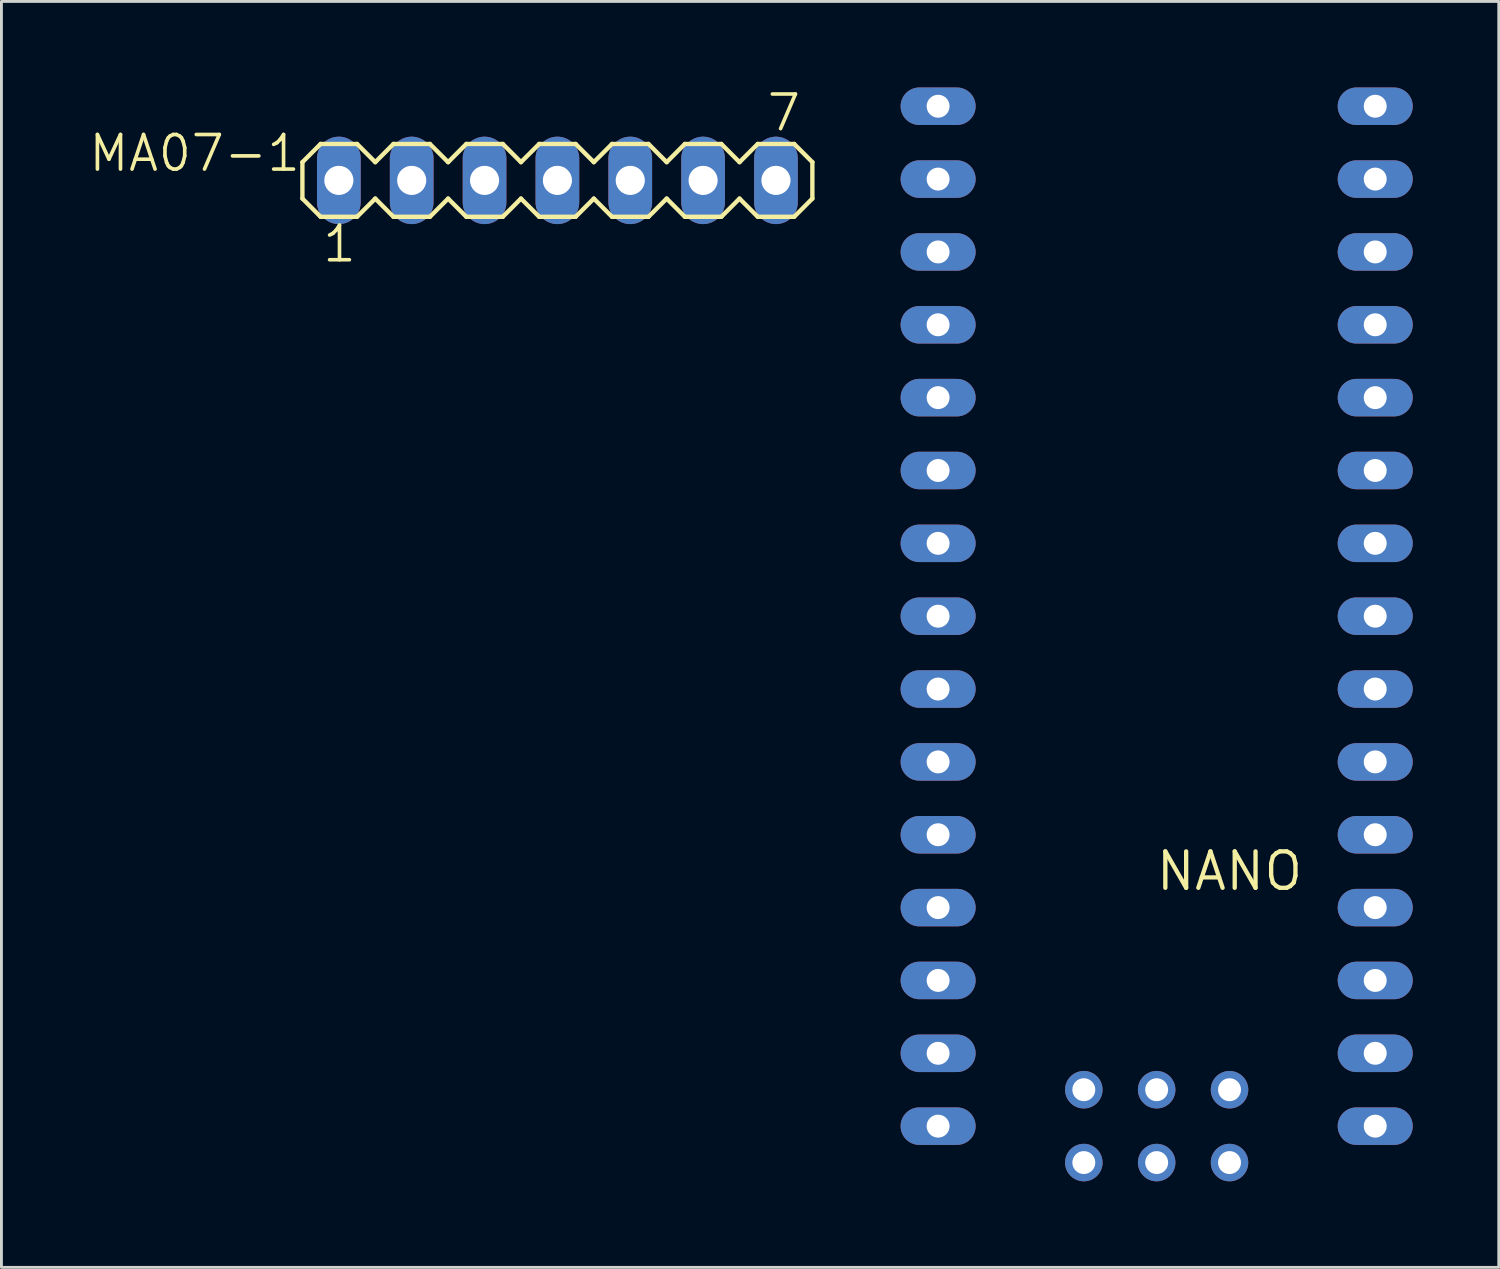
<source format=kicad_pcb>
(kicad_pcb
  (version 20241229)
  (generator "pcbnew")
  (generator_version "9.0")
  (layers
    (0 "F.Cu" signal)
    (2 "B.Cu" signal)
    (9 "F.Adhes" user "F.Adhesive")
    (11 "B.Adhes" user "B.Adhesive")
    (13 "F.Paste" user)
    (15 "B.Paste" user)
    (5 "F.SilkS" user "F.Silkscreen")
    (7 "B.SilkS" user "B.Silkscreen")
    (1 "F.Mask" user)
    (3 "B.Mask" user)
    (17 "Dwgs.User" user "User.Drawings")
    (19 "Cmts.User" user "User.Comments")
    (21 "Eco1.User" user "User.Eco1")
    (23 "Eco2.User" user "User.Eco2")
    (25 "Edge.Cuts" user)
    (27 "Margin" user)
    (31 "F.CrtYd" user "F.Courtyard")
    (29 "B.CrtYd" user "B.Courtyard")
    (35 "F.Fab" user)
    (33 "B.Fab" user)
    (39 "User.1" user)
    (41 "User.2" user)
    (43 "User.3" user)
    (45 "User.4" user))
  (footprint "MA07-1"
    (layer "F.Cu")
    (at 16.384 3.239)
    (property "Reference" "MA07-1" (at -8.89 -1.651 0) (layer "F.SilkS") (effects (font (size 1.206 1.206) (thickness 0.127)) (justify right top)))
    (attr through_hole)
    (fp_line (start -8.89 -0.635) (end -8.89 0.635) (stroke (width 0.152) (type solid)) (layer "F.SilkS"))
    (fp_line (start -8.89 0.635) (end -8.255 1.27) (stroke (width 0.152) (type solid)) (layer "F.SilkS"))
    (fp_line (start -8.255 -1.27) (end -8.89 -0.635) (stroke (width 0.152) (type solid)) (layer "F.SilkS"))
    (fp_line (start -8.255 -1.27) (end -6.985 -1.27) (stroke (width 0.152) (type solid)) (layer "F.SilkS"))
    (fp_line (start -6.985 -1.27) (end -6.35 -0.635) (stroke (width 0.152) (type solid)) (layer "F.SilkS"))
    (fp_line (start -6.985 1.27) (end -8.255 1.27) (stroke (width 0.152) (type solid)) (layer "F.SilkS"))
    (fp_line (start -6.35 -0.635) (end -5.715 -1.27) (stroke (width 0.152) (type solid)) (layer "F.SilkS"))
    (fp_line (start -6.35 0.635) (end -6.985 1.27) (stroke (width 0.152) (type solid)) (layer "F.SilkS"))
    (fp_line (start -5.715 -1.27) (end -4.445 -1.27) (stroke (width 0.152) (type solid)) (layer "F.SilkS"))
    (fp_line (start -5.715 1.27) (end -6.35 0.635) (stroke (width 0.152) (type solid)) (layer "F.SilkS"))
    (fp_line (start -4.445 -1.27) (end -3.81 -0.635) (stroke (width 0.152) (type solid)) (layer "F.SilkS"))
    (fp_line (start -4.445 1.27) (end -5.715 1.27) (stroke (width 0.152) (type solid)) (layer "F.SilkS"))
    (fp_line (start -3.81 -0.635) (end -3.175 -1.27) (stroke (width 0.152) (type solid)) (layer "F.SilkS"))
    (fp_line (start -3.81 0.635) (end -4.445 1.27) (stroke (width 0.152) (type solid)) (layer "F.SilkS"))
    (fp_line (start -3.175 -1.27) (end -1.905 -1.27) (stroke (width 0.152) (type solid)) (layer "F.SilkS"))
    (fp_line (start -3.175 1.27) (end -3.81 0.635) (stroke (width 0.152) (type solid)) (layer "F.SilkS"))
    (fp_line (start -1.905 -1.27) (end -1.27 -0.635) (stroke (width 0.152) (type solid)) (layer "F.SilkS"))
    (fp_line (start -1.905 1.27) (end -3.175 1.27) (stroke (width 0.152) (type solid)) (layer "F.SilkS"))
    (fp_line (start -1.27 0.635) (end -1.905 1.27) (stroke (width 0.152) (type solid)) (layer "F.SilkS"))
    (fp_line (start -1.27 0.635) (end -0.635 1.27) (stroke (width 0.152) (type solid)) (layer "F.SilkS"))
    (fp_line (start -0.635 -1.27) (end -1.27 -0.635) (stroke (width 0.152) (type solid)) (layer "F.SilkS"))
    (fp_line (start -0.635 -1.27) (end 0.635 -1.27) (stroke (width 0.152) (type solid)) (layer "F.SilkS"))
    (fp_line (start 0.635 -1.27) (end 1.27 -0.635) (stroke (width 0.152) (type solid)) (layer "F.SilkS"))
    (fp_line (start 0.635 1.27) (end -0.635 1.27) (stroke (width 0.152) (type solid)) (layer "F.SilkS"))
    (fp_line (start 1.27 -0.635) (end 1.905 -1.27) (stroke (width 0.152) (type solid)) (layer "F.SilkS"))
    (fp_line (start 1.27 0.635) (end 0.635 1.27) (stroke (width 0.152) (type solid)) (layer "F.SilkS"))
    (fp_line (start 1.905 -1.27) (end 3.175 -1.27) (stroke (width 0.152) (type solid)) (layer "F.SilkS"))
    (fp_line (start 1.905 1.27) (end 1.27 0.635) (stroke (width 0.152) (type solid)) (layer "F.SilkS"))
    (fp_line (start 3.175 -1.27) (end 3.81 -0.635) (stroke (width 0.152) (type solid)) (layer "F.SilkS"))
    (fp_line (start 3.175 1.27) (end 1.905 1.27) (stroke (width 0.152) (type solid)) (layer "F.SilkS"))
    (fp_line (start 3.81 -0.635) (end 4.445 -1.27) (stroke (width 0.152) (type solid)) (layer "F.SilkS"))
    (fp_line (start 3.81 0.635) (end 3.175 1.27) (stroke (width 0.152) (type solid)) (layer "F.SilkS"))
    (fp_line (start 4.445 -1.27) (end 5.715 -1.27) (stroke (width 0.152) (type solid)) (layer "F.SilkS"))
    (fp_line (start 4.445 1.27) (end 3.81 0.635) (stroke (width 0.152) (type solid)) (layer "F.SilkS"))
    (fp_line (start 5.715 -1.27) (end 6.35 -0.635) (stroke (width 0.152) (type solid)) (layer "F.SilkS"))
    (fp_line (start 5.715 1.27) (end 4.445 1.27) (stroke (width 0.152) (type solid)) (layer "F.SilkS"))
    (fp_line (start 6.35 0.635) (end 5.715 1.27) (stroke (width 0.152) (type solid)) (layer "F.SilkS"))
    (fp_line (start 6.35 0.635) (end 6.985 1.27) (stroke (width 0.152) (type solid)) (layer "F.SilkS"))
    (fp_line (start 6.985 -1.27) (end 6.35 -0.635) (stroke (width 0.152) (type solid)) (layer "F.SilkS"))
    (fp_line (start 6.985 -1.27) (end 8.255 -1.27) (stroke (width 0.152) (type solid)) (layer "F.SilkS"))
    (fp_line (start 8.255 -1.27) (end 8.89 -0.635) (stroke (width 0.152) (type solid)) (layer "F.SilkS"))
    (fp_line (start 8.255 1.27) (end 6.985 1.27) (stroke (width 0.152) (type solid)) (layer "F.SilkS"))
    (fp_line (start 8.89 -0.635) (end 8.89 0.635) (stroke (width 0.152) (type solid)) (layer "F.SilkS"))
    (fp_line (start 8.89 0.635) (end 8.255 1.27) (stroke (width 0.152) (type solid)) (layer "F.SilkS"))
    (fp_poly (pts (xy -7.874 0.254) (xy -7.366 0.254) (xy -7.366 -0.254) (xy -7.874 -0.254)) (stroke (width 0.1) (type solid)) (fill no) (layer "F.Fab"))
    (fp_poly (pts (xy -5.334 0.254) (xy -4.826 0.254) (xy -4.826 -0.254) (xy -5.334 -0.254)) (stroke (width 0.1) (type solid)) (fill no) (layer "F.Fab"))
    (fp_poly (pts (xy -2.794 0.254) (xy -2.286 0.254) (xy -2.286 -0.254) (xy -2.794 -0.254)) (stroke (width 0.1) (type solid)) (fill no) (layer "F.Fab"))
    (fp_poly (pts (xy -0.254 0.254) (xy 0.254 0.254) (xy 0.254 -0.254) (xy -0.254 -0.254)) (stroke (width 0.1) (type solid)) (fill no) (layer "F.Fab"))
    (fp_poly (pts (xy 2.286 0.254) (xy 2.794 0.254) (xy 2.794 -0.254) (xy 2.286 -0.254)) (stroke (width 0.1) (type solid)) (fill no) (layer "F.Fab"))
    (fp_poly (pts (xy 4.826 0.254) (xy 5.334 0.254) (xy 5.334 -0.254) (xy 4.826 -0.254)) (stroke (width 0.1) (type solid)) (fill no) (layer "F.Fab"))
    (fp_poly (pts (xy 7.366 0.254) (xy 7.874 0.254) (xy 7.874 -0.254) (xy 7.366 -0.254)) (stroke (width 0.1) (type solid)) (fill no) (layer "F.Fab"))
    (fp_text user "1" (at -8.255 2.921 0) (layer "F.SilkS") (effects (font (size 1.206 1.206) (thickness 0.127)) (justify left bottom)))
    (fp_text user "7" (at 7.239 -1.651 0) (layer "F.SilkS") (effects (font (size 1.206 1.206) (thickness 0.127)) (justify left bottom)))
    (pad "1" thru_hole oval (at -7.62 0 90) (size 3.048 1.524) (drill 1.016) (layers "*.Cu" "*.Mask"))
    (pad "2" thru_hole oval (at -5.08 0 90) (size 3.048 1.524) (drill 1.016) (layers "*.Cu" "*.Mask"))
    (pad "3" thru_hole oval (at -2.54 0 90) (size 3.048 1.524) (drill 1.016) (layers "*.Cu" "*.Mask"))
    (pad "4" thru_hole oval (at 0 0 90) (size 3.048 1.524) (drill 1.016) (layers "*.Cu" "*.Mask"))
    (pad "5" thru_hole oval (at 2.54 0 90) (size 3.048 1.524) (drill 1.016) (layers "*.Cu" "*.Mask"))
    (pad "6" thru_hole oval (at 5.08 0 90) (size 3.048 1.524) (drill 1.016) (layers "*.Cu" "*.Mask"))
    (pad "7" thru_hole oval (at 7.62 0 90) (size 3.048 1.524) (drill 1.016) (layers "*.Cu" "*.Mask")))
  (footprint "NANO"
    (layer "F.Cu")
    (at 39.818 27.324)
    (property "Reference" "NANO" (at 0 0 0) (layer "F.SilkS") (effects (font (size 1.27 1.27) (thickness 0.15))))
    (attr through_hole)
    (pad "3.3V" thru_hole oval (at -10.16 -24.13 180) (size 2.616 1.308) (drill 0.8) (layers "*.Cu" "*.Mask"))
    (pad "5V" thru_hole oval (at -10.16 1.27) (size 2.616 1.308) (drill 0.8) (layers "*.Cu" "*.Mask"))
    (pad "A0" thru_hole oval (at -10.16 -19.05) (size 2.616 1.308) (drill 0.8) (layers "*.Cu" "*.Mask"))
    (pad "A1" thru_hole oval (at -10.16 -16.51) (size 2.616 1.308) (drill 0.8) (layers "*.Cu" "*.Mask"))
    (pad "A2" thru_hole oval (at -10.16 -13.97) (size 2.616 1.308) (drill 0.8) (layers "*.Cu" "*.Mask"))
    (pad "A3" thru_hole oval (at -10.16 -11.43) (size 2.616 1.308) (drill 0.8) (layers "*.Cu" "*.Mask"))
    (pad "A4" thru_hole oval (at -10.16 -8.89 180) (size 2.616 1.308) (drill 0.8) (layers "*.Cu" "*.Mask"))
    (pad "A5" thru_hole oval (at -10.16 -6.35 180) (size 2.616 1.308) (drill 0.8) (layers "*.Cu" "*.Mask"))
    (pad "A6" thru_hole oval (at -10.16 -3.81 180) (size 2.616 1.308) (drill 0.8) (layers "*.Cu" "*.Mask"))
    (pad "A7" thru_hole oval (at -10.16 -1.27 180) (size 2.616 1.308) (drill 0.8) (layers "*.Cu" "*.Mask"))
    (pad "AREF" thru_hole oval (at -10.16 -21.59 180) (size 2.616 1.308) (drill 0.8) (layers "*.Cu" "*.Mask"))
    (pad "D2" thru_hole oval (at 5.08 -1.27) (size 2.616 1.308) (drill 0.8) (layers "*.Cu" "*.Mask"))
    (pad "D3" thru_hole oval (at 5.08 -3.81) (size 2.616 1.308) (drill 0.8) (layers "*.Cu" "*.Mask"))
    (pad "D4" thru_hole oval (at 5.08 -6.35) (size 2.616 1.308) (drill 0.8) (layers "*.Cu" "*.Mask"))
    (pad "D5" thru_hole oval (at 5.08 -8.89) (size 2.616 1.308) (drill 0.8) (layers "*.Cu" "*.Mask"))
    (pad "D6" thru_hole oval (at 5.08 -11.43) (size 2.616 1.308) (drill 0.8) (layers "*.Cu" "*.Mask"))
    (pad "D7" thru_hole oval (at 5.08 -13.97) (size 2.616 1.308) (drill 0.8) (layers "*.Cu" "*.Mask"))
    (pad "D8" thru_hole oval (at 5.08 -16.51) (size 2.616 1.308) (drill 0.8) (layers "*.Cu" "*.Mask"))
    (pad "D9" thru_hole oval (at 5.08 -19.05) (size 2.616 1.308) (drill 0.8) (layers "*.Cu" "*.Mask"))
    (pad "D10" thru_hole oval (at 5.08 -21.59) (size 2.616 1.308) (drill 0.8) (layers "*.Cu" "*.Mask"))
    (pad "D11" thru_hole oval (at 5.08 -24.13) (size 2.616 1.308) (drill 0.8) (layers "*.Cu" "*.Mask"))
    (pad "D12" thru_hole oval (at 5.08 -26.67) (size 2.616 1.308) (drill 0.8) (layers "*.Cu" "*.Mask"))
    (pad "D13" thru_hole oval (at -10.16 -26.67) (size 2.616 1.308) (drill 0.8) (layers "*.Cu" "*.Mask"))
    (pad "GND" thru_hole oval (at -10.16 6.35) (size 2.616 1.308) (drill 0.8) (layers "*.Cu" "*.Mask"))
    (pad "GND1" thru_hole oval (at 5.08 1.27) (size 2.616 1.308) (drill 0.8) (layers "*.Cu" "*.Mask"))
    (pad "ICSP1" thru_hole circle (at -5.08 10.16 90) (size 1.308 1.308) (drill 0.8) (layers "*.Cu" "*.Mask"))
    (pad "ICSP2" thru_hole circle (at -5.08 7.62 90) (size 1.308 1.308) (drill 0.8) (layers "*.Cu" "*.Mask"))
    (pad "ICSP3" thru_hole circle (at -2.54 10.16 90) (size 1.308 1.308) (drill 0.8) (layers "*.Cu" "*.Mask"))
    (pad "ICSP4" thru_hole circle (at -2.54 7.62 90) (size 1.308 1.308) (drill 0.8) (layers "*.Cu" "*.Mask"))
    (pad "ICSP5" thru_hole circle (at 0 10.16 90) (size 1.308 1.308) (drill 0.8) (layers "*.Cu" "*.Mask"))
    (pad "ICSP6" thru_hole circle (at 0 7.62 90) (size 1.308 1.308) (drill 0.8) (layers "*.Cu" "*.Mask"))
    (pad "RAW" thru_hole oval (at -10.16 8.89) (size 2.616 1.308) (drill 0.8) (layers "*.Cu" "*.Mask"))
    (pad "RST" thru_hole oval (at -10.16 3.81) (size 2.616 1.308) (drill 0.8) (layers "*.Cu" "*.Mask"))
    (pad "RST1" thru_hole oval (at 5.08 3.81) (size 2.616 1.308) (drill 0.8) (layers "*.Cu" "*.Mask"))
    (pad "RX1" thru_hole oval (at 5.08 6.35) (size 2.616 1.308) (drill 0.8) (layers "*.Cu" "*.Mask"))
    (pad "TX0" thru_hole oval (at 5.08 8.89) (size 2.616 1.308) (drill 0.8) (layers "*.Cu" "*.Mask")))
  (gr_rect
    (start -3 -3)
    (end 49.206 41.138)
    (stroke (width 0.1) (type default))
    (fill no)
    (layer "Edge.Cuts")))
</source>
